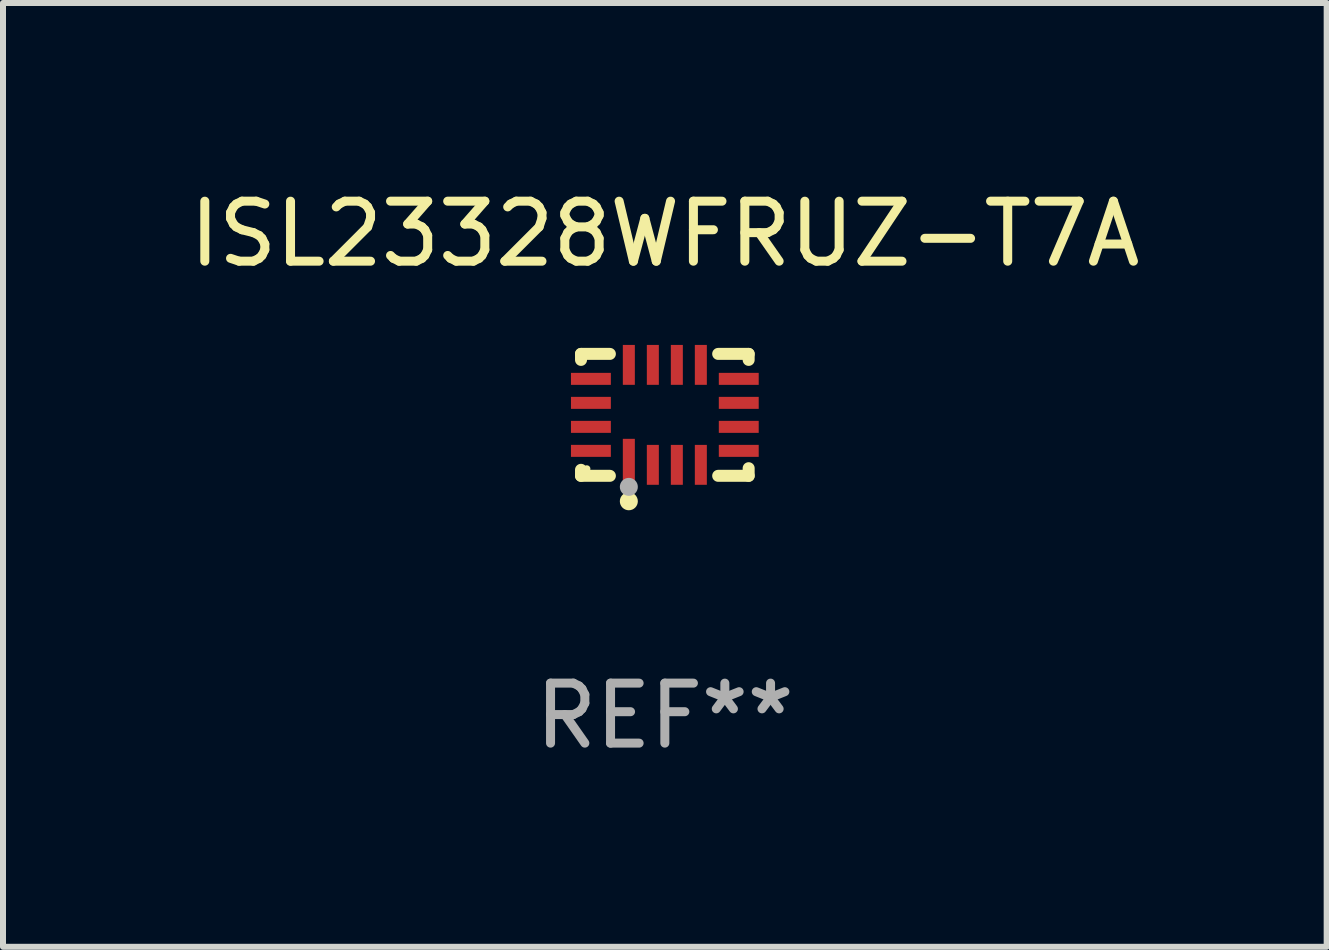
<source format=kicad_pcb>
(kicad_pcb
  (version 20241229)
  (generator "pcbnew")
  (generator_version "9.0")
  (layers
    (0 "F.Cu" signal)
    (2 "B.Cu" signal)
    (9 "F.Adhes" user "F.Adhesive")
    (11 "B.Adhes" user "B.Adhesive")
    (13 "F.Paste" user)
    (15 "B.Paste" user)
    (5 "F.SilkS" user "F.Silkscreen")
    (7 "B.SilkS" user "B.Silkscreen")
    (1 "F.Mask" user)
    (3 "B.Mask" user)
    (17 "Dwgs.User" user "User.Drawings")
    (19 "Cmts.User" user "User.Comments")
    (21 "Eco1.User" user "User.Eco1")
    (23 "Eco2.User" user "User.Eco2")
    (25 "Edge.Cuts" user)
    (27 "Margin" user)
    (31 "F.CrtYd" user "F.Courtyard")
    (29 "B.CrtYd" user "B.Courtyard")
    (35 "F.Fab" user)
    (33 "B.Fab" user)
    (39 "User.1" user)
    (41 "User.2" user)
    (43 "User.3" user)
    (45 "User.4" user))
  (footprint "ISL23328WFRUZ-T7A"
    (layer "F.Cu")
    (at 8.03 3.864)
    (property "Reference" "ISL23328WFRUZ-T7A" (at 0 -3.016 0) (layer "F.SilkS") (effects (font (size 1 1) (thickness 0.15))))
    (attr through_hole)
    (fp_line (start -1.397 -1.016) (end -1.397 -0.916) (stroke (width 0.2) (type solid)) (layer "F.SilkS"))
    (fp_line (start -1.397 0.916) (end -1.397 1.016) (stroke (width 0.2) (type solid)) (layer "F.SilkS"))
    (fp_line (start -1.397 1.016) (end -0.916 1.016) (stroke (width 0.2) (type solid)) (layer "F.SilkS"))
    (fp_line (start -0.916 -1.016) (end -1.397 -1.016) (stroke (width 0.2) (type solid)) (layer "F.SilkS"))
    (fp_line (start 0.889 -1.016) (end 1.397 -1.016) (stroke (width 0.2) (type solid)) (layer "F.SilkS"))
    (fp_line (start 1.397 -1.016) (end 1.397 -0.916) (stroke (width 0.2) (type solid)) (layer "F.SilkS"))
    (fp_line (start 1.397 0.889) (end 1.397 1.016) (stroke (width 0.2) (type solid)) (layer "F.SilkS"))
    (fp_line (start 1.397 1.016) (end 0.889 1.016) (stroke (width 0.2) (type solid)) (layer "F.SilkS"))
    (fp_circle (center -1.3 0.9) (end -1.27 0.9) (stroke (width 0.06) (type solid)) (fill no) (layer "F.SilkS"))
    (fp_circle (center -0.6 1.44) (end -0.525 1.44) (stroke (width 0.15) (type solid)) (fill no) (layer "F.SilkS"))
    (fp_circle (center -0.6 1.2) (end -0.525 1.2) (stroke (width 0.15) (type solid)) (fill no) (layer "F.Fab"))
    (fp_text user "REF**" (at 0 5.016 0) (layer "F.Fab") (effects (font (size 1 1) (thickness 0.15))))
    (pad "1" smd rect (at -0.6 0.782) (size 0.2 0.765) (layers "F.Cu" "F.Mask" "F.Paste"))
    (pad "2" smd rect (at -0.2 0.833) (size 0.2 0.665) (layers "F.Cu" "F.Mask" "F.Paste"))
    (pad "3" smd rect (at 0.2 0.833) (size 0.2 0.665) (layers "F.Cu" "F.Mask" "F.Paste"))
    (pad "4" smd rect (at 0.6 0.833) (size 0.2 0.665) (layers "F.Cu" "F.Mask" "F.Paste"))
    (pad "5" smd rect (at 1.232 0.6) (size 0.665 0.2) (layers "F.Cu" "F.Mask" "F.Paste"))
    (pad "6" smd rect (at 1.232 0.2) (size 0.665 0.2) (layers "F.Cu" "F.Mask" "F.Paste"))
    (pad "7" smd rect (at 1.232 -0.2) (size 0.665 0.2) (layers "F.Cu" "F.Mask" "F.Paste"))
    (pad "8" smd rect (at 1.232 -0.6) (size 0.665 0.2) (layers "F.Cu" "F.Mask" "F.Paste"))
    (pad "9" smd rect (at 0.6 -0.833) (size 0.2 0.665) (layers "F.Cu" "F.Mask" "F.Paste"))
    (pad "10" smd rect (at 0.2 -0.833) (size 0.2 0.665) (layers "F.Cu" "F.Mask" "F.Paste"))
    (pad "11" smd rect (at -0.2 -0.833) (size 0.2 0.665) (layers "F.Cu" "F.Mask" "F.Paste"))
    (pad "12" smd rect (at -0.6 -0.833) (size 0.2 0.665) (layers "F.Cu" "F.Mask" "F.Paste"))
    (pad "13" smd rect (at -1.232 -0.6) (size 0.665 0.2) (layers "F.Cu" "F.Mask" "F.Paste"))
    (pad "14" smd rect (at -1.232 -0.2) (size 0.665 0.2) (layers "F.Cu" "F.Mask" "F.Paste"))
    (pad "15" smd rect (at -1.232 0.2) (size 0.665 0.2) (layers "F.Cu" "F.Mask" "F.Paste"))
    (pad "16" smd rect (at -1.232 0.6) (size 0.665 0.2) (layers "F.Cu" "F.Mask" "F.Paste")))
  (gr_rect
    (start -3 -3)
    (end 19.06 12.729)
    (stroke (width 0.1) (type default))
    (fill no)
    (layer "Edge.Cuts")))
</source>
